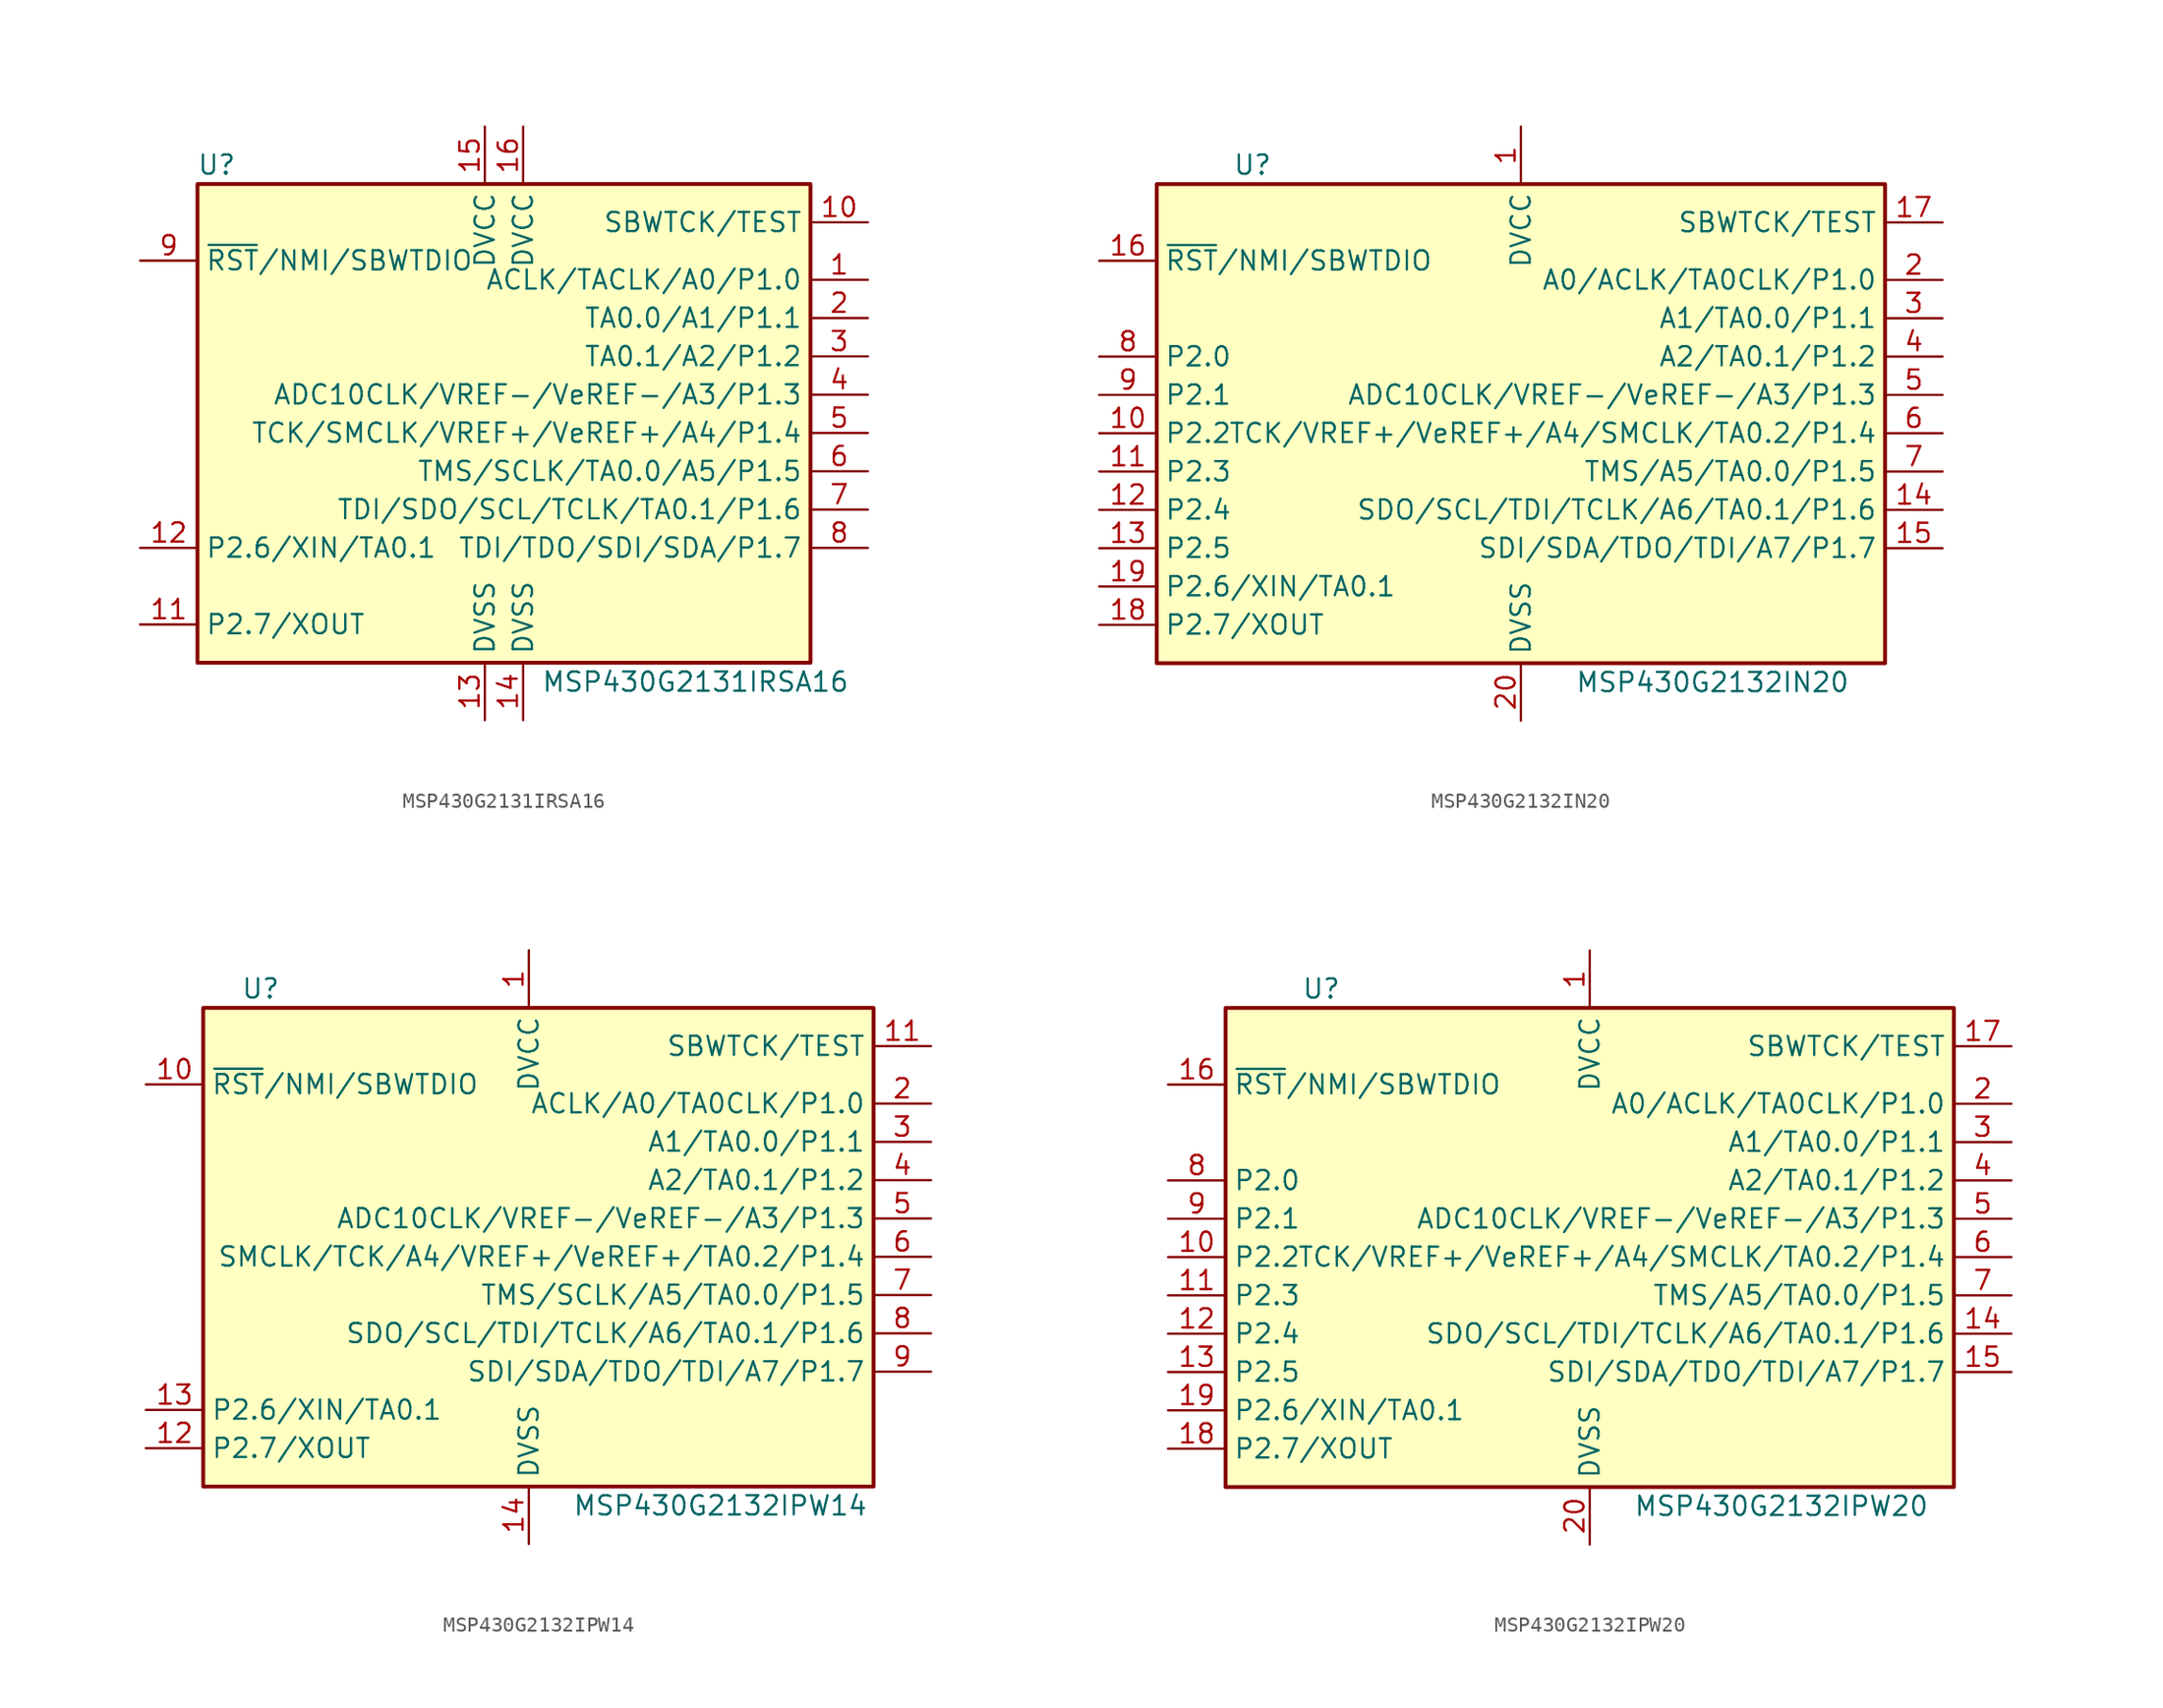
<source format=kicad_sym>
(kicad_symbol_lib
  (version 20201005)
  (generator kicad_symbol_editor)
  (symbol "MCU_Texas_MSP430:MSP430G2131IRSA16"
    (property "Reference" "U"
      (at -19.05 17.78 0)
      (effects (font (size 1.27 1.27))))
    (property "Value" "MSP430G2131IRSA16"
      (at 12.7 -16.51 0)
      (effects (font (size 1.27 1.27))))
    (symbol "MSP430G2131IRSA16_0_1"
      (rectangle (start -20.32 16.51) (end 20.32 -15.24) (stroke (width 0.254)) (fill (type background))))
    (symbol "MSP430G2131IRSA16_1_1"
      (pin bidirectional line (at 24.13 10.16 180) (length 3.81) (name "ACLK/TACLK/A0/P1.0" (effects (font (size 1.27 1.27)))) (number "1" (effects (font (size 1.27 1.27)))))
      (pin input line (at 24.13 13.97 180) (length 3.81) (name "SBWTCK/TEST" (effects (font (size 1.27 1.27)))) (number "10" (effects (font (size 1.27 1.27)))))
      (pin bidirectional line (at -24.13 -12.7 0) (length 3.81) (name "P2.7/XOUT" (effects (font (size 1.27 1.27)))) (number "11" (effects (font (size 1.27 1.27)))))
      (pin bidirectional line (at -24.13 -7.62 0) (length 3.81) (name "P2.6/XIN/TA0.1" (effects (font (size 1.27 1.27)))) (number "12" (effects (font (size 1.27 1.27)))))
      (pin power_in line (at -1.27 -19.05 90) (length 3.81) (name "DVSS" (effects (font (size 1.27 1.27)))) (number "13" (effects (font (size 1.27 1.27)))))
      (pin power_in line (at 1.27 -19.05 90) (length 3.81) (name "DVSS" (effects (font (size 1.27 1.27)))) (number "14" (effects (font (size 1.27 1.27)))))
      (pin power_in line (at -1.27 20.32 270) (length 3.81) (name "DVCC" (effects (font (size 1.27 1.27)))) (number "15" (effects (font (size 1.27 1.27)))))
      (pin power_in line (at 1.27 20.32 270) (length 3.81) (name "DVCC" (effects (font (size 1.27 1.27)))) (number "16" (effects (font (size 1.27 1.27)))))
      (pin bidirectional line (at 24.13 7.62 180) (length 3.81) (name "TA0.0/A1/P1.1" (effects (font (size 1.27 1.27)))) (number "2" (effects (font (size 1.27 1.27)))))
      (pin bidirectional line (at 24.13 5.08 180) (length 3.81) (name "TA0.1/A2/P1.2" (effects (font (size 1.27 1.27)))) (number "3" (effects (font (size 1.27 1.27)))))
      (pin bidirectional line (at 24.13 2.54 180) (length 3.81) (name "ADC10CLK/VREF-/VeREF-/A3/P1.3" (effects (font (size 1.27 1.27)))) (number "4" (effects (font (size 1.27 1.27)))))
      (pin bidirectional line (at 24.13 0 180) (length 3.81) (name "TCK/SMCLK/VREF+/VeREF+/A4/P1.4" (effects (font (size 1.27 1.27)))) (number "5" (effects (font (size 1.27 1.27)))))
      (pin bidirectional line (at 24.13 -2.54 180) (length 3.81) (name "TMS/SCLK/TA0.0/A5/P1.5" (effects (font (size 1.27 1.27)))) (number "6" (effects (font (size 1.27 1.27)))))
      (pin bidirectional line (at 24.13 -5.08 180) (length 3.81) (name "TDI/SDO/SCL/TCLK/TA0.1/P1.6" (effects (font (size 1.27 1.27)))) (number "7" (effects (font (size 1.27 1.27)))))
      (pin bidirectional line (at 24.13 -7.62 180) (length 3.81) (name "TDI/TDO/SDI/SDA/P1.7" (effects (font (size 1.27 1.27)))) (number "8" (effects (font (size 1.27 1.27)))))
      (pin input line (at -24.13 11.43 0) (length 3.81) (name "~RST~/NMI/SBWTDIO" (effects (font (size 1.27 1.27)))) (number "9" (effects (font (size 1.27 1.27)))))))
  (symbol "MCU_Texas_MSP430:MSP430G2132IN20"
    (property "Reference" "U"
      (at -17.78 17.78 0)
      (effects (font (size 1.27 1.27))))
    (property "Value" "MSP430G2132IN20"
      (at 12.7 -16.51 0)
      (effects (font (size 1.27 1.27))))
    (symbol "MSP430G2132IN20_0_1"
      (rectangle (start -24.13 16.51) (end 24.13 -15.24) (stroke (width 0.254)) (fill (type background))))
    (symbol "MSP430G2132IN20_1_1"
      (pin power_in line (at 0 20.32 270) (length 3.81) (name "DVCC" (effects (font (size 1.27 1.27)))) (number "1" (effects (font (size 1.27 1.27)))))
      (pin bidirectional line (at -27.94 0 0) (length 3.81) (name "P2.2" (effects (font (size 1.27 1.27)))) (number "10" (effects (font (size 1.27 1.27)))))
      (pin bidirectional line (at -27.94 -2.54 0) (length 3.81) (name "P2.3" (effects (font (size 1.27 1.27)))) (number "11" (effects (font (size 1.27 1.27)))))
      (pin bidirectional line (at -27.94 -5.08 0) (length 3.81) (name "P2.4" (effects (font (size 1.27 1.27)))) (number "12" (effects (font (size 1.27 1.27)))))
      (pin bidirectional line (at -27.94 -7.62 0) (length 3.81) (name "P2.5" (effects (font (size 1.27 1.27)))) (number "13" (effects (font (size 1.27 1.27)))))
      (pin bidirectional line (at 27.94 -5.08 180) (length 3.81) (name "SDO/SCL/TDI/TCLK/A6/TA0.1/P1.6" (effects (font (size 1.27 1.27)))) (number "14" (effects (font (size 1.27 1.27)))))
      (pin bidirectional line (at 27.94 -7.62 180) (length 3.81) (name "SDI/SDA/TDO/TDI/A7/P1.7" (effects (font (size 1.27 1.27)))) (number "15" (effects (font (size 1.27 1.27)))))
      (pin input line (at -27.94 11.43 0) (length 3.81) (name "~RST~/NMI/SBWTDIO" (effects (font (size 1.27 1.27)))) (number "16" (effects (font (size 1.27 1.27)))))
      (pin input line (at 27.94 13.97 180) (length 3.81) (name "SBWTCK/TEST" (effects (font (size 1.27 1.27)))) (number "17" (effects (font (size 1.27 1.27)))))
      (pin bidirectional line (at -27.94 -12.7 0) (length 3.81) (name "P2.7/XOUT" (effects (font (size 1.27 1.27)))) (number "18" (effects (font (size 1.27 1.27)))))
      (pin bidirectional line (at -27.94 -10.16 0) (length 3.81) (name "P2.6/XIN/TA0.1" (effects (font (size 1.27 1.27)))) (number "19" (effects (font (size 1.27 1.27)))))
      (pin bidirectional line (at 27.94 10.16 180) (length 3.81) (name "A0/ACLK/TA0CLK/P1.0" (effects (font (size 1.27 1.27)))) (number "2" (effects (font (size 1.27 1.27)))))
      (pin power_in line (at 0 -19.05 90) (length 3.81) (name "DVSS" (effects (font (size 1.27 1.27)))) (number "20" (effects (font (size 1.27 1.27)))))
      (pin bidirectional line (at 27.94 7.62 180) (length 3.81) (name "A1/TA0.0/P1.1" (effects (font (size 1.27 1.27)))) (number "3" (effects (font (size 1.27 1.27)))))
      (pin bidirectional line (at 27.94 5.08 180) (length 3.81) (name "A2/TA0.1/P1.2" (effects (font (size 1.27 1.27)))) (number "4" (effects (font (size 1.27 1.27)))))
      (pin bidirectional line (at 27.94 2.54 180) (length 3.81) (name "ADC10CLK/VREF-/VeREF-/A3/P1.3" (effects (font (size 1.27 1.27)))) (number "5" (effects (font (size 1.27 1.27)))))
      (pin bidirectional line (at 27.94 0 180) (length 3.81) (name "TCK/VREF+/VeREF+/A4/SMCLK/TA0.2/P1.4" (effects (font (size 1.27 1.27)))) (number "6" (effects (font (size 1.27 1.27)))))
      (pin bidirectional line (at 27.94 -2.54 180) (length 3.81) (name "TMS/A5/TA0.0/P1.5" (effects (font (size 1.27 1.27)))) (number "7" (effects (font (size 1.27 1.27)))))
      (pin bidirectional line (at -27.94 5.08 0) (length 3.81) (name "P2.0" (effects (font (size 1.27 1.27)))) (number "8" (effects (font (size 1.27 1.27)))))
      (pin bidirectional line (at -27.94 2.54 0) (length 3.81) (name "P2.1" (effects (font (size 1.27 1.27)))) (number "9" (effects (font (size 1.27 1.27)))))))
  (symbol "MCU_Texas_MSP430:MSP430G2132IPW14"
    (property "Reference" "U"
      (at -17.78 17.78 0)
      (effects (font (size 1.27 1.27))))
    (property "Value" "MSP430G2132IPW14"
      (at 12.7 -16.51 0)
      (effects (font (size 1.27 1.27))))
    (symbol "MSP430G2132IPW14_0_1"
      (rectangle (start -21.59 16.51) (end 22.86 -15.24) (stroke (width 0.254)) (fill (type background))))
    (symbol "MSP430G2132IPW14_1_1"
      (pin power_in line (at 0 20.32 270) (length 3.81) (name "DVCC" (effects (font (size 1.27 1.27)))) (number "1" (effects (font (size 1.27 1.27)))))
      (pin input line (at -25.4 11.43 0) (length 3.81) (name "~RST~/NMI/SBWTDIO" (effects (font (size 1.27 1.27)))) (number "10" (effects (font (size 1.27 1.27)))))
      (pin input line (at 26.67 13.97 180) (length 3.81) (name "SBWTCK/TEST" (effects (font (size 1.27 1.27)))) (number "11" (effects (font (size 1.27 1.27)))))
      (pin bidirectional line (at -25.4 -12.7 0) (length 3.81) (name "P2.7/XOUT" (effects (font (size 1.27 1.27)))) (number "12" (effects (font (size 1.27 1.27)))))
      (pin bidirectional line (at -25.4 -10.16 0) (length 3.81) (name "P2.6/XIN/TA0.1" (effects (font (size 1.27 1.27)))) (number "13" (effects (font (size 1.27 1.27)))))
      (pin power_in line (at 0 -19.05 90) (length 3.81) (name "DVSS" (effects (font (size 1.27 1.27)))) (number "14" (effects (font (size 1.27 1.27)))))
      (pin bidirectional line (at 26.67 10.16 180) (length 3.81) (name "ACLK/A0/TA0CLK/P1.0" (effects (font (size 1.27 1.27)))) (number "2" (effects (font (size 1.27 1.27)))))
      (pin bidirectional line (at 26.67 7.62 180) (length 3.81) (name "A1/TA0.0/P1.1" (effects (font (size 1.27 1.27)))) (number "3" (effects (font (size 1.27 1.27)))))
      (pin bidirectional line (at 26.67 5.08 180) (length 3.81) (name "A2/TA0.1/P1.2" (effects (font (size 1.27 1.27)))) (number "4" (effects (font (size 1.27 1.27)))))
      (pin bidirectional line (at 26.67 2.54 180) (length 3.81) (name "ADC10CLK/VREF-/VeREF-/A3/P1.3" (effects (font (size 1.27 1.27)))) (number "5" (effects (font (size 1.27 1.27)))))
      (pin bidirectional line (at 26.67 0 180) (length 3.81) (name "SMCLK/TCK/A4/VREF+/VeREF+/TA0.2/P1.4" (effects (font (size 1.27 1.27)))) (number "6" (effects (font (size 1.27 1.27)))))
      (pin bidirectional line (at 26.67 -2.54 180) (length 3.81) (name "TMS/SCLK/A5/TA0.0/P1.5" (effects (font (size 1.27 1.27)))) (number "7" (effects (font (size 1.27 1.27)))))
      (pin bidirectional line (at 26.67 -5.08 180) (length 3.81) (name "SDO/SCL/TDI/TCLK/A6/TA0.1/P1.6" (effects (font (size 1.27 1.27)))) (number "8" (effects (font (size 1.27 1.27)))))
      (pin bidirectional line (at 26.67 -7.62 180) (length 3.81) (name "SDI/SDA/TDO/TDI/A7/P1.7" (effects (font (size 1.27 1.27)))) (number "9" (effects (font (size 1.27 1.27)))))))
  (symbol "MCU_Texas_MSP430:MSP430G2132IPW20"
    (property "Reference" "U"
      (at -17.78 17.78 0)
      (effects (font (size 1.27 1.27))))
    (property "Value" "MSP430G2132IPW20"
      (at 12.7 -16.51 0)
      (effects (font (size 1.27 1.27))))
    (symbol "MSP430G2132IPW20_0_1"
      (rectangle (start -24.13 16.51) (end 24.13 -15.24) (stroke (width 0.254)) (fill (type background))))
    (symbol "MSP430G2132IPW20_1_1"
      (pin power_in line (at 0 20.32 270) (length 3.81) (name "DVCC" (effects (font (size 1.27 1.27)))) (number "1" (effects (font (size 1.27 1.27)))))
      (pin bidirectional line (at -27.94 0 0) (length 3.81) (name "P2.2" (effects (font (size 1.27 1.27)))) (number "10" (effects (font (size 1.27 1.27)))))
      (pin bidirectional line (at -27.94 -2.54 0) (length 3.81) (name "P2.3" (effects (font (size 1.27 1.27)))) (number "11" (effects (font (size 1.27 1.27)))))
      (pin bidirectional line (at -27.94 -5.08 0) (length 3.81) (name "P2.4" (effects (font (size 1.27 1.27)))) (number "12" (effects (font (size 1.27 1.27)))))
      (pin bidirectional line (at -27.94 -7.62 0) (length 3.81) (name "P2.5" (effects (font (size 1.27 1.27)))) (number "13" (effects (font (size 1.27 1.27)))))
      (pin bidirectional line (at 27.94 -5.08 180) (length 3.81) (name "SDO/SCL/TDI/TCLK/A6/TA0.1/P1.6" (effects (font (size 1.27 1.27)))) (number "14" (effects (font (size 1.27 1.27)))))
      (pin bidirectional line (at 27.94 -7.62 180) (length 3.81) (name "SDI/SDA/TDO/TDI/A7/P1.7" (effects (font (size 1.27 1.27)))) (number "15" (effects (font (size 1.27 1.27)))))
      (pin input line (at -27.94 11.43 0) (length 3.81) (name "~RST~/NMI/SBWTDIO" (effects (font (size 1.27 1.27)))) (number "16" (effects (font (size 1.27 1.27)))))
      (pin input line (at 27.94 13.97 180) (length 3.81) (name "SBWTCK/TEST" (effects (font (size 1.27 1.27)))) (number "17" (effects (font (size 1.27 1.27)))))
      (pin bidirectional line (at -27.94 -12.7 0) (length 3.81) (name "P2.7/XOUT" (effects (font (size 1.27 1.27)))) (number "18" (effects (font (size 1.27 1.27)))))
      (pin bidirectional line (at -27.94 -10.16 0) (length 3.81) (name "P2.6/XIN/TA0.1" (effects (font (size 1.27 1.27)))) (number "19" (effects (font (size 1.27 1.27)))))
      (pin bidirectional line (at 27.94 10.16 180) (length 3.81) (name "A0/ACLK/TA0CLK/P1.0" (effects (font (size 1.27 1.27)))) (number "2" (effects (font (size 1.27 1.27)))))
      (pin power_in line (at 0 -19.05 90) (length 3.81) (name "DVSS" (effects (font (size 1.27 1.27)))) (number "20" (effects (font (size 1.27 1.27)))))
      (pin bidirectional line (at 27.94 7.62 180) (length 3.81) (name "A1/TA0.0/P1.1" (effects (font (size 1.27 1.27)))) (number "3" (effects (font (size 1.27 1.27)))))
      (pin bidirectional line (at 27.94 5.08 180) (length 3.81) (name "A2/TA0.1/P1.2" (effects (font (size 1.27 1.27)))) (number "4" (effects (font (size 1.27 1.27)))))
      (pin bidirectional line (at 27.94 2.54 180) (length 3.81) (name "ADC10CLK/VREF-/VeREF-/A3/P1.3" (effects (font (size 1.27 1.27)))) (number "5" (effects (font (size 1.27 1.27)))))
      (pin bidirectional line (at 27.94 0 180) (length 3.81) (name "TCK/VREF+/VeREF+/A4/SMCLK/TA0.2/P1.4" (effects (font (size 1.27 1.27)))) (number "6" (effects (font (size 1.27 1.27)))))
      (pin bidirectional line (at 27.94 -2.54 180) (length 3.81) (name "TMS/A5/TA0.0/P1.5" (effects (font (size 1.27 1.27)))) (number "7" (effects (font (size 1.27 1.27)))))
      (pin bidirectional line (at -27.94 5.08 0) (length 3.81) (name "P2.0" (effects (font (size 1.27 1.27)))) (number "8" (effects (font (size 1.27 1.27)))))
      (pin bidirectional line (at -27.94 2.54 0) (length 3.81) (name "P2.1" (effects (font (size 1.27 1.27)))) (number "9" (effects (font (size 1.27 1.27))))))))
</source>
